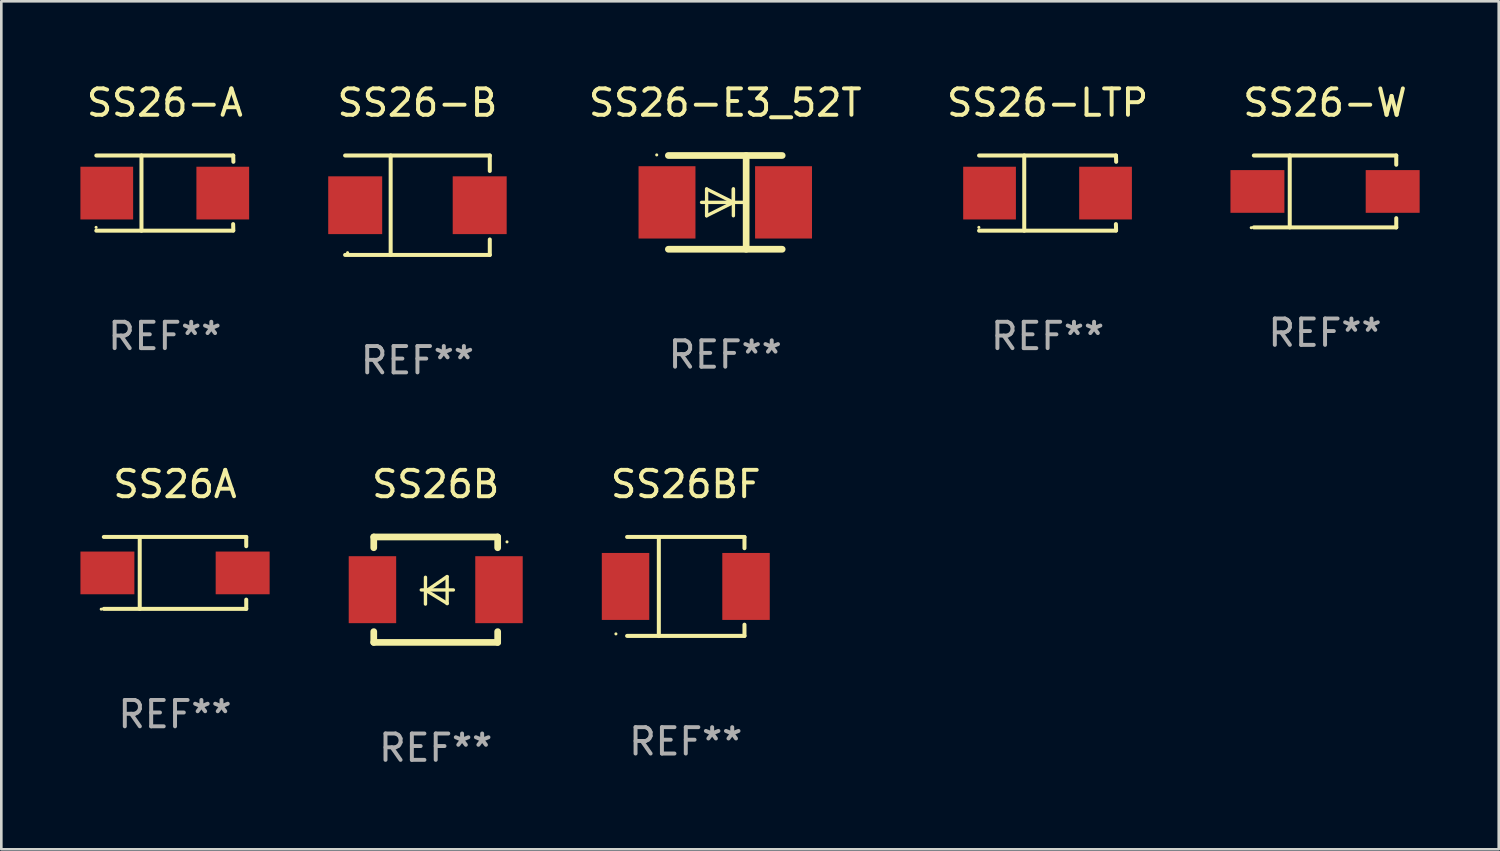
<source format=kicad_pcb>
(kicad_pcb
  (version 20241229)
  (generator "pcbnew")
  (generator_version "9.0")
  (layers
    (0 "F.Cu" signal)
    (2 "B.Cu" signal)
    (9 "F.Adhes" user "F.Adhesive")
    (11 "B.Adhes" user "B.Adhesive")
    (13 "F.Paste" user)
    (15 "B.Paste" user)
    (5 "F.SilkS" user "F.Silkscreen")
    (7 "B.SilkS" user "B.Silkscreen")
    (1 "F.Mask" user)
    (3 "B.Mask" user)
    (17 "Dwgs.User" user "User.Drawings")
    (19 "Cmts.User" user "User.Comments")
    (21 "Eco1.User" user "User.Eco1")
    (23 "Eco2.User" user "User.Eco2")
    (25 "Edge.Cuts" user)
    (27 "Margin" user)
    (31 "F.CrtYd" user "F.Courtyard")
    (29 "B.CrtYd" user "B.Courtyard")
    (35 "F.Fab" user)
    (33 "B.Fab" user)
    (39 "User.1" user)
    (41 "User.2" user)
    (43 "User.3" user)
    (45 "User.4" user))
  (footprint "SS26-B"
    (layer "F.Cu")
    (at 12.784 4.734)
    (property "Reference" "SS26-B" (at 0 -3.886 0) (layer "F.SilkS") (effects (font (size 1 1) (thickness 0.15))))
    (attr through_hole)
    (fp_line (start -2.744 -1.886) (end 2.744 -1.886) (stroke (width 0.152) (type solid)) (layer "F.SilkS"))
    (fp_line (start -2.744 1.886) (end 2.744 1.886) (stroke (width 0.152) (type solid)) (layer "F.SilkS"))
    (fp_line (start -1.016 -1.886) (end -1.016 1.886) (stroke (width 0.152) (type solid)) (layer "F.SilkS"))
    (fp_line (start 2.744 -1.886) (end 2.744 -1.299) (stroke (width 0.152) (type solid)) (layer "F.SilkS"))
    (fp_line (start 2.744 1.886) (end 2.744 1.299) (stroke (width 0.152) (type solid)) (layer "F.SilkS"))
    (fp_circle (center -2.65 1.8) (end -2.62 1.8) (stroke (width 0.06) (type solid)) (fill no) (layer "F.SilkS"))
    (fp_text user "REF**" (at 0 5.886 0) (layer "F.Fab") (effects (font (size 1 1) (thickness 0.15))))
    (pad "1" smd rect (at -2.361 0) (size 2.047 2.192) (layers "F.Cu" "F.Mask" "F.Paste"))
    (pad "2" smd rect (at 2.361 0) (size 2.047 2.192) (layers "F.Cu" "F.Mask" "F.Paste")))
  (footprint "SS26BF"
    (layer "F.Cu")
    (at 22.962 19.197)
    (property "Reference" "SS26BF" (at 0 -3.88 0) (layer "F.SilkS") (effects (font (size 1 1) (thickness 0.15))))
    (attr through_hole)
    (fp_line (start -2.226 -1.88) (end 2.226 -1.88) (stroke (width 0.152) (type solid)) (layer "F.SilkS"))
    (fp_line (start -2.226 1.873) (end 2.226 1.873) (stroke (width 0.152) (type solid)) (layer "F.SilkS"))
    (fp_line (start -1.022 -1.873) (end -1.022 1.88) (stroke (width 0.152) (type solid)) (layer "F.SilkS"))
    (fp_line (start 2.226 -1.88) (end 2.226 -1.453) (stroke (width 0.152) (type solid)) (layer "F.SilkS"))
    (fp_line (start 2.226 1.447) (end 2.226 1.873) (stroke (width 0.152) (type solid)) (layer "F.SilkS"))
    (fp_circle (center -2.65 1.797) (end -2.62 1.797) (stroke (width 0.06) (type solid)) (fill no) (layer "F.SilkS"))
    (fp_text user "REF**" (at 0 5.88 0) (layer "F.Fab") (effects (font (size 1 1) (thickness 0.15))))
    (pad "1" smd rect (at -2.285 -0.003) (size 1.8 2.54) (layers "F.Cu" "F.Mask" "F.Paste"))
    (pad "2" smd rect (at 2.285 -0.003) (size 1.8 2.54) (layers "F.Cu" "F.Mask" "F.Paste")))
  (footprint "SS26A"
    (layer "F.Cu")
    (at 3.589 18.681)
    (property "Reference" "SS26A" (at 0 -3.364 0) (layer "F.SilkS") (effects (font (size 1 1) (thickness 0.15))))
    (attr through_hole)
    (fp_line (start -2.701 -1.364) (end 2.701 -1.364) (stroke (width 0.152) (type solid)) (layer "F.SilkS"))
    (fp_line (start -2.701 1.364) (end 2.701 1.364) (stroke (width 0.152) (type solid)) (layer "F.SilkS"))
    (fp_line (start -1.339 -1.364) (end -1.339 1.364) (stroke (width 0.152) (type solid)) (layer "F.SilkS"))
    (fp_line (start 2.701 -1.364) (end 2.701 -1.013) (stroke (width 0.152) (type solid)) (layer "F.SilkS"))
    (fp_line (start 2.701 1.364) (end 2.701 1.013) (stroke (width 0.152) (type solid)) (layer "F.SilkS"))
    (fp_circle (center -2.8 1.375) (end -2.77 1.375) (stroke (width 0.06) (type solid)) (fill no) (layer "F.SilkS"))
    (fp_text user "REF**" (at 0 5.364 0) (layer "F.Fab") (effects (font (size 1 1) (thickness 0.15))))
    (pad "1" smd rect (at -2.565 -0.000025) (size 2.046 1.62) (layers "F.Cu" "F.Mask" "F.Paste"))
    (pad "2" smd rect (at 2.565 -0.000025) (size 2.046 1.62) (layers "F.Cu" "F.Mask" "F.Paste")))
  (footprint "SS26-A"
    (layer "F.Cu")
    (at 3.203 4.274)
    (property "Reference" "SS26-A" (at 0 -3.426 0) (layer "F.SilkS") (effects (font (size 1 1) (thickness 0.15))))
    (attr through_hole)
    (fp_line (start -2.6 -1.426) (end 2.593 -1.426) (stroke (width 0.152) (type solid)) (layer "F.SilkS"))
    (fp_line (start -2.6 1.426) (end 2.593 1.426) (stroke (width 0.152) (type solid)) (layer "F.SilkS"))
    (fp_line (start -0.887 -1.426) (end -0.887 1.426) (stroke (width 0.152) (type solid)) (layer "F.SilkS"))
    (fp_line (start 2.59 1.176) (end 2.597 1.415) (stroke (width 0.152) (type solid)) (layer "F.SilkS"))
    (fp_line (start 2.593 -1.426) (end 2.6 -1.187) (stroke (width 0.152) (type solid)) (layer "F.SilkS"))
    (fp_circle (center -2.608 1.3) (end -2.578 1.3) (stroke (width 0.06) (type solid)) (fill no) (layer "F.SilkS"))
    (fp_text user "REF**" (at 0 5.426 0) (layer "F.Fab") (effects (font (size 1 1) (thickness 0.15))))
    (pad "1" smd rect (at -2.203 0 180) (size 2 2) (layers "F.Cu" "F.Mask" "F.Paste"))
    (pad "2" smd rect (at 2.197 0 180) (size 2 2) (layers "F.Cu" "F.Mask" "F.Paste")))
  (footprint "SS26-W"
    (layer "F.Cu")
    (at 47.21 4.212)
    (property "Reference" "SS26-W" (at 0 -3.364 0) (layer "F.SilkS") (effects (font (size 1 1) (thickness 0.15))))
    (attr through_hole)
    (fp_line (start -2.701 -1.364) (end 2.701 -1.364) (stroke (width 0.152) (type solid)) (layer "F.SilkS"))
    (fp_line (start -2.701 1.364) (end 2.701 1.364) (stroke (width 0.152) (type solid)) (layer "F.SilkS"))
    (fp_line (start -1.339 -1.364) (end -1.339 1.364) (stroke (width 0.152) (type solid)) (layer "F.SilkS"))
    (fp_line (start 2.701 -1.364) (end 2.701 -1.013) (stroke (width 0.152) (type solid)) (layer "F.SilkS"))
    (fp_line (start 2.701 1.364) (end 2.701 1.013) (stroke (width 0.152) (type solid)) (layer "F.SilkS"))
    (fp_circle (center -2.8 1.375) (end -2.77 1.375) (stroke (width 0.06) (type solid)) (fill no) (layer "F.SilkS"))
    (fp_text user "REF**" (at 0 5.364 0) (layer "F.Fab") (effects (font (size 1 1) (thickness 0.15))))
    (pad "1" smd rect (at -2.565 -0.000025) (size 2.046 1.62) (layers "F.Cu" "F.Mask" "F.Paste"))
    (pad "2" smd rect (at 2.565 -0.000025) (size 2.046 1.62) (layers "F.Cu" "F.Mask" "F.Paste")))
  (footprint "SS26-LTP"
    (layer "F.Cu")
    (at 36.687 4.274)
    (property "Reference" "SS26-LTP" (at 0 -3.426 0) (layer "F.SilkS") (effects (font (size 1 1) (thickness 0.15))))
    (attr through_hole)
    (fp_line (start -2.6 -1.426) (end 2.593 -1.426) (stroke (width 0.152) (type solid)) (layer "F.SilkS"))
    (fp_line (start -2.6 1.426) (end 2.593 1.426) (stroke (width 0.152) (type solid)) (layer "F.SilkS"))
    (fp_line (start -0.887 -1.426) (end -0.887 1.426) (stroke (width 0.152) (type solid)) (layer "F.SilkS"))
    (fp_line (start 2.59 1.176) (end 2.597 1.415) (stroke (width 0.152) (type solid)) (layer "F.SilkS"))
    (fp_line (start 2.593 -1.426) (end 2.6 -1.187) (stroke (width 0.152) (type solid)) (layer "F.SilkS"))
    (fp_circle (center -2.608 1.3) (end -2.578 1.3) (stroke (width 0.06) (type solid)) (fill no) (layer "F.SilkS"))
    (fp_text user "REF**" (at 0 5.426 0) (layer "F.Fab") (effects (font (size 1 1) (thickness 0.15))))
    (pad "1" smd rect (at -2.203 0 180) (size 2 2) (layers "F.Cu" "F.Mask" "F.Paste"))
    (pad "2" smd rect (at 2.197 0 180) (size 2 2) (layers "F.Cu" "F.Mask" "F.Paste")))
  (footprint "SS26B"
    (layer "F.Cu")
    (at 13.477 19.317)
    (property "Reference" "SS26B" (at 0 -4 0) (layer "F.SilkS") (effects (font (size 1 1) (thickness 0.15))))
    (attr through_hole)
    (fp_line (start -2.35 -2) (end -2.35 -1.591) (stroke (width 0.254) (type solid)) (layer "F.SilkS"))
    (fp_line (start -2.35 -2) (end 2.35 -2) (stroke (width 0.254) (type solid)) (layer "F.SilkS"))
    (fp_line (start -2.35 1.591) (end -2.35 2) (stroke (width 0.254) (type solid)) (layer "F.SilkS"))
    (fp_line (start -2.35 2) (end 2.35 2) (stroke (width 0.254) (type solid)) (layer "F.SilkS"))
    (fp_line (start -0.548 0.01) (end 0.671 0.01) (stroke (width 0.127) (type solid)) (layer "F.SilkS"))
    (fp_line (start -0.389 -0.47) (end -0.389 0.546) (stroke (width 0.127) (type solid)) (layer "F.SilkS"))
    (fp_line (start -0.35 0.04) (end 0.433 0.52) (stroke (width 0.127) (type solid)) (layer "F.SilkS"))
    (fp_line (start 0.433 -0.5) (end -0.35 0.04) (stroke (width 0.127) (type solid)) (layer "F.SilkS"))
    (fp_line (start 0.433 0.53) (end 0.433 -0.486) (stroke (width 0.127) (type solid)) (layer "F.SilkS"))
    (fp_line (start 2.35 -2) (end 2.35 -1.591) (stroke (width 0.254) (type solid)) (layer "F.SilkS"))
    (fp_line (start 2.35 1.591) (end 2.35 2) (stroke (width 0.254) (type solid)) (layer "F.SilkS"))
    (fp_circle (center 2.704 -1.813) (end 2.734 -1.813) (stroke (width 0.06) (type solid)) (fill no) (layer "F.SilkS"))
    (fp_text user "REF**" (at 0 6 0) (layer "F.Fab") (effects (font (size 1 1) (thickness 0.15))))
    (pad "1" smd rect (at 2.4 0) (size 1.8 2.54) (layers "F.Cu" "F.Mask" "F.Paste"))
    (pad "2" smd rect (at -2.4 0) (size 1.8 2.54) (layers "F.Cu" "F.Mask" "F.Paste")))
  (footprint "SS26-E3_52T"
    (layer "F.Cu")
    (at 24.46 4.626)
    (property "Reference" "SS26-E3_52T" (at 0 -3.778 0) (layer "F.SilkS") (effects (font (size 1 1) (thickness 0.15))))
    (attr through_hole)
    (fp_line (start -2.159 -1.778) (end 2.159 -1.778) (stroke (width 0.254) (type solid)) (layer "F.SilkS"))
    (fp_line (start -0.9 0) (end 0.816 0) (stroke (width 0.127) (type solid)) (layer "F.SilkS"))
    (fp_line (start -0.708 -0.508) (end -0.708 0.508) (stroke (width 0.127) (type solid)) (layer "F.SilkS"))
    (fp_line (start -0.708 0.508) (end 0.308 0) (stroke (width 0.127) (type solid)) (layer "F.SilkS"))
    (fp_line (start 0.308 -0.508) (end 0.308 0.508) (stroke (width 0.127) (type solid)) (layer "F.SilkS"))
    (fp_line (start 0.308 0) (end -0.708 -0.508) (stroke (width 0.127) (type solid)) (layer "F.SilkS"))
    (fp_line (start 0.308 0) (end 0.308 -0.508) (stroke (width 0.127) (type solid)) (layer "F.SilkS"))
    (fp_line (start 0.792 -1.778) (end 0.792 1.778) (stroke (width 0.254) (type solid)) (layer "F.SilkS"))
    (fp_line (start 2.159 1.778) (end -2.159 1.778) (stroke (width 0.254) (type solid)) (layer "F.SilkS"))
    (fp_circle (center -2.6 -1.8) (end -2.57 -1.8) (stroke (width 0.06) (type solid)) (fill no) (layer "F.SilkS"))
    (fp_text user "REF**" (at 0 5.778 0) (layer "F.Fab") (effects (font (size 1 1) (thickness 0.15))))
    (pad "1" smd rect (at -2.21 0) (size 2.159 2.743) (layers "F.Cu" "F.Mask" "F.Paste"))
    (pad "2" smd rect (at 2.21 0) (size 2.159 2.743) (layers "F.Cu" "F.Mask" "F.Paste")))
  (gr_rect
    (start -3 -3)
    (end 53.798 29.165)
    (stroke (width 0.1) (type default))
    (fill no)
    (layer "Edge.Cuts")))
</source>
